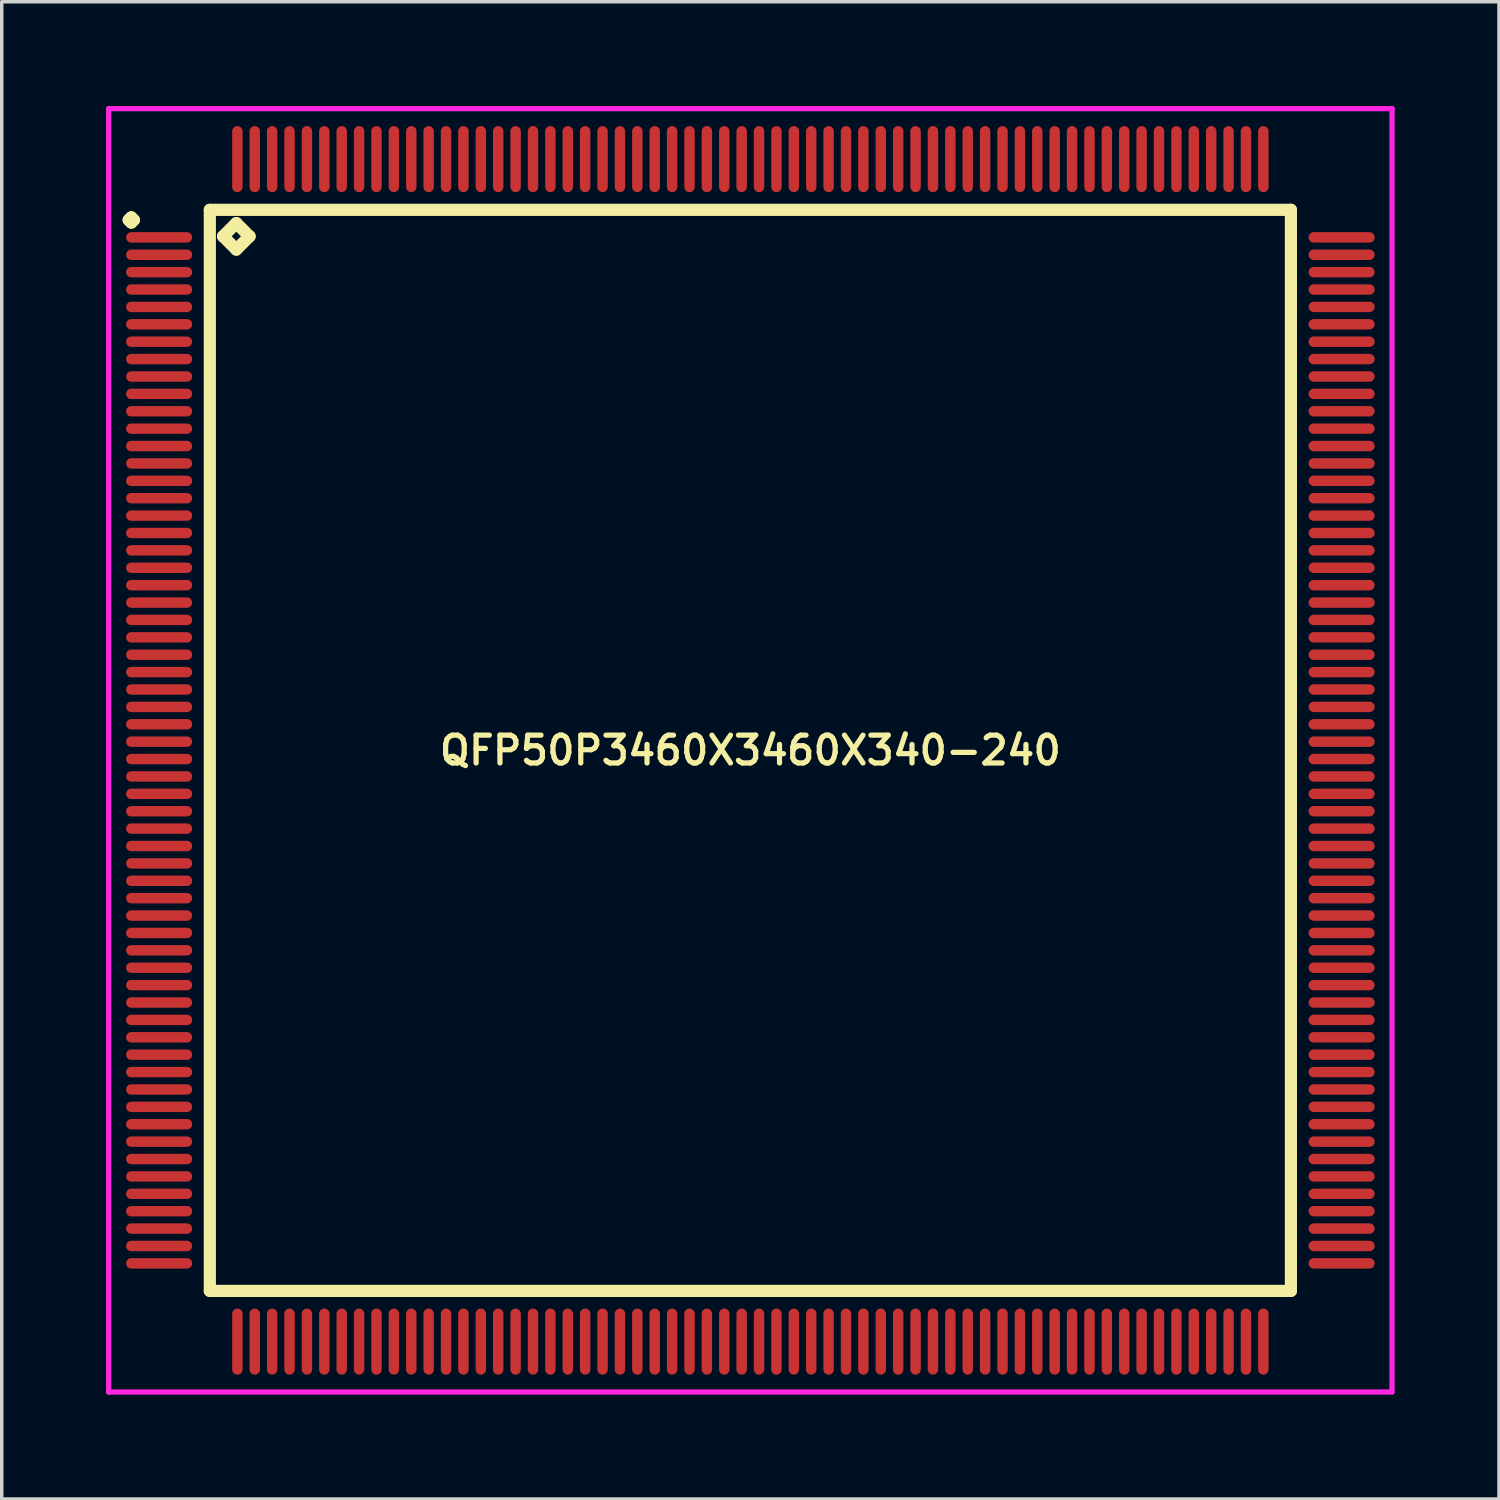
<source format=kicad_pcb>
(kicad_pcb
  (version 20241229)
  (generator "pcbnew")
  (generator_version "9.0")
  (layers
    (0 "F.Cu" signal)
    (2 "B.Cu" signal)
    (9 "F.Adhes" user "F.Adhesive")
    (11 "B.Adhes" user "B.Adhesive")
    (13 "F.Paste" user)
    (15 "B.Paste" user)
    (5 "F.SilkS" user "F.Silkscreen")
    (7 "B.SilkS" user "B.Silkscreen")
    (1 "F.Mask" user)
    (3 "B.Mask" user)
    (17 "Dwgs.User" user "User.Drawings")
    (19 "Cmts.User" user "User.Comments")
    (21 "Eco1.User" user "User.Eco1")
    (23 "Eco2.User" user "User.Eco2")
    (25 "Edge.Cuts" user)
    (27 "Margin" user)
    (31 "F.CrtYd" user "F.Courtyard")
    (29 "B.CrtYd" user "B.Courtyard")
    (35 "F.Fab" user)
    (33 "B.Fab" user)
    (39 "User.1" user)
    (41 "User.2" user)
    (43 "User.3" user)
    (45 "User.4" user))
  (footprint "QFP50P3460X3460X340-240"
    (layer "F.Cu")
    (at 18.525 18.525)
    (property "Reference" "QFP50P3460X3460X340-240" (at 0 0 0) (layer "F.SilkS") (effects (font (size 0.8 0.8) (thickness 0.15))))
    (attr smd)
    (fp_line (start -17.875 -15.25) (end -17.8 -15.325) (stroke (width 0.35) (type solid)) (layer "F.SilkS"))
    (fp_line (start -17.8 -15.325) (end -17.725 -15.25) (stroke (width 0.35) (type solid)) (layer "F.SilkS"))
    (fp_line (start -17.8 -15.175) (end -17.875 -15.25) (stroke (width 0.35) (type solid)) (layer "F.SilkS"))
    (fp_line (start -17.725 -15.25) (end -17.8 -15.175) (stroke (width 0.35) (type solid)) (layer "F.SilkS"))
    (fp_line (start -15.542 -15.542) (end -15.542 15.542) (stroke (width 0.35) (type solid)) (layer "F.SilkS"))
    (fp_line (start -15.542 15.542) (end 15.542 15.542) (stroke (width 0.35) (type solid)) (layer "F.SilkS"))
    (fp_line (start -15.161 -14.78) (end -14.78 -15.161) (stroke (width 0.35) (type solid)) (layer "F.SilkS"))
    (fp_line (start -14.78 -15.161) (end -14.399 -14.78) (stroke (width 0.35) (type solid)) (layer "F.SilkS"))
    (fp_line (start -14.78 -14.399) (end -15.161 -14.78) (stroke (width 0.35) (type solid)) (layer "F.SilkS"))
    (fp_line (start -14.399 -14.78) (end -14.78 -14.399) (stroke (width 0.35) (type solid)) (layer "F.SilkS"))
    (fp_line (start 15.542 -15.542) (end -15.542 -15.542) (stroke (width 0.35) (type solid)) (layer "F.SilkS"))
    (fp_line (start 15.542 15.542) (end 15.542 -15.542) (stroke (width 0.35) (type solid)) (layer "F.SilkS"))
    (fp_line (start -18.45 -18.45) (end 18.45 -18.45) (stroke (width 0.15) (type solid)) (layer "F.CrtYd"))
    (fp_line (start -18.45 18.45) (end -18.45 -18.45) (stroke (width 0.15) (type solid)) (layer "F.CrtYd"))
    (fp_line (start 18.45 -18.45) (end 18.45 18.45) (stroke (width 0.15) (type solid)) (layer "F.CrtYd"))
    (fp_line (start 18.45 18.45) (end -18.45 18.45) (stroke (width 0.15) (type solid)) (layer "F.CrtYd"))
    (pad "1" smd oval (at -17 -14.75) (size 1.9 0.3) (layers "F.Cu" "F.Mask" "F.Paste"))
    (pad "2" smd oval (at -17 -14.25) (size 1.9 0.3) (layers "F.Cu" "F.Mask" "F.Paste"))
    (pad "3" smd oval (at -17 -13.75) (size 1.9 0.3) (layers "F.Cu" "F.Mask" "F.Paste"))
    (pad "4" smd oval (at -17 -13.25) (size 1.9 0.3) (layers "F.Cu" "F.Mask" "F.Paste"))
    (pad "5" smd oval (at -17 -12.75) (size 1.9 0.3) (layers "F.Cu" "F.Mask" "F.Paste"))
    (pad "6" smd oval (at -17 -12.25) (size 1.9 0.3) (layers "F.Cu" "F.Mask" "F.Paste"))
    (pad "7" smd oval (at -17 -11.75) (size 1.9 0.3) (layers "F.Cu" "F.Mask" "F.Paste"))
    (pad "8" smd oval (at -17 -11.25) (size 1.9 0.3) (layers "F.Cu" "F.Mask" "F.Paste"))
    (pad "9" smd oval (at -17 -10.75) (size 1.9 0.3) (layers "F.Cu" "F.Mask" "F.Paste"))
    (pad "10" smd oval (at -17 -10.25) (size 1.9 0.3) (layers "F.Cu" "F.Mask" "F.Paste"))
    (pad "11" smd oval (at -17 -9.75) (size 1.9 0.3) (layers "F.Cu" "F.Mask" "F.Paste"))
    (pad "12" smd oval (at -17 -9.25) (size 1.9 0.3) (layers "F.Cu" "F.Mask" "F.Paste"))
    (pad "13" smd oval (at -17 -8.75) (size 1.9 0.3) (layers "F.Cu" "F.Mask" "F.Paste"))
    (pad "14" smd oval (at -17 -8.25) (size 1.9 0.3) (layers "F.Cu" "F.Mask" "F.Paste"))
    (pad "15" smd oval (at -17 -7.75) (size 1.9 0.3) (layers "F.Cu" "F.Mask" "F.Paste"))
    (pad "16" smd oval (at -17 -7.25) (size 1.9 0.3) (layers "F.Cu" "F.Mask" "F.Paste"))
    (pad "17" smd oval (at -17 -6.75) (size 1.9 0.3) (layers "F.Cu" "F.Mask" "F.Paste"))
    (pad "18" smd oval (at -17 -6.25) (size 1.9 0.3) (layers "F.Cu" "F.Mask" "F.Paste"))
    (pad "19" smd oval (at -17 -5.75) (size 1.9 0.3) (layers "F.Cu" "F.Mask" "F.Paste"))
    (pad "20" smd oval (at -17 -5.25) (size 1.9 0.3) (layers "F.Cu" "F.Mask" "F.Paste"))
    (pad "21" smd oval (at -17 -4.75) (size 1.9 0.3) (layers "F.Cu" "F.Mask" "F.Paste"))
    (pad "22" smd oval (at -17 -4.25) (size 1.9 0.3) (layers "F.Cu" "F.Mask" "F.Paste"))
    (pad "23" smd oval (at -17 -3.75) (size 1.9 0.3) (layers "F.Cu" "F.Mask" "F.Paste"))
    (pad "24" smd oval (at -17 -3.25) (size 1.9 0.3) (layers "F.Cu" "F.Mask" "F.Paste"))
    (pad "25" smd oval (at -17 -2.75) (size 1.9 0.3) (layers "F.Cu" "F.Mask" "F.Paste"))
    (pad "26" smd oval (at -17 -2.25) (size 1.9 0.3) (layers "F.Cu" "F.Mask" "F.Paste"))
    (pad "27" smd oval (at -17 -1.75) (size 1.9 0.3) (layers "F.Cu" "F.Mask" "F.Paste"))
    (pad "28" smd oval (at -17 -1.25) (size 1.9 0.3) (layers "F.Cu" "F.Mask" "F.Paste"))
    (pad "29" smd oval (at -17 -0.75) (size 1.9 0.3) (layers "F.Cu" "F.Mask" "F.Paste"))
    (pad "30" smd oval (at -17 -0.25) (size 1.9 0.3) (layers "F.Cu" "F.Mask" "F.Paste"))
    (pad "31" smd oval (at -17 0.25) (size 1.9 0.3) (layers "F.Cu" "F.Mask" "F.Paste"))
    (pad "32" smd oval (at -17 0.75) (size 1.9 0.3) (layers "F.Cu" "F.Mask" "F.Paste"))
    (pad "33" smd oval (at -17 1.25) (size 1.9 0.3) (layers "F.Cu" "F.Mask" "F.Paste"))
    (pad "34" smd oval (at -17 1.75) (size 1.9 0.3) (layers "F.Cu" "F.Mask" "F.Paste"))
    (pad "35" smd oval (at -17 2.25) (size 1.9 0.3) (layers "F.Cu" "F.Mask" "F.Paste"))
    (pad "36" smd oval (at -17 2.75) (size 1.9 0.3) (layers "F.Cu" "F.Mask" "F.Paste"))
    (pad "37" smd oval (at -17 3.25) (size 1.9 0.3) (layers "F.Cu" "F.Mask" "F.Paste"))
    (pad "38" smd oval (at -17 3.75) (size 1.9 0.3) (layers "F.Cu" "F.Mask" "F.Paste"))
    (pad "39" smd oval (at -17 4.25) (size 1.9 0.3) (layers "F.Cu" "F.Mask" "F.Paste"))
    (pad "40" smd oval (at -17 4.75) (size 1.9 0.3) (layers "F.Cu" "F.Mask" "F.Paste"))
    (pad "41" smd oval (at -17 5.25) (size 1.9 0.3) (layers "F.Cu" "F.Mask" "F.Paste"))
    (pad "42" smd oval (at -17 5.75) (size 1.9 0.3) (layers "F.Cu" "F.Mask" "F.Paste"))
    (pad "43" smd oval (at -17 6.25) (size 1.9 0.3) (layers "F.Cu" "F.Mask" "F.Paste"))
    (pad "44" smd oval (at -17 6.75) (size 1.9 0.3) (layers "F.Cu" "F.Mask" "F.Paste"))
    (pad "45" smd oval (at -17 7.25) (size 1.9 0.3) (layers "F.Cu" "F.Mask" "F.Paste"))
    (pad "46" smd oval (at -17 7.75) (size 1.9 0.3) (layers "F.Cu" "F.Mask" "F.Paste"))
    (pad "47" smd oval (at -17 8.25) (size 1.9 0.3) (layers "F.Cu" "F.Mask" "F.Paste"))
    (pad "48" smd oval (at -17 8.75) (size 1.9 0.3) (layers "F.Cu" "F.Mask" "F.Paste"))
    (pad "49" smd oval (at -17 9.25) (size 1.9 0.3) (layers "F.Cu" "F.Mask" "F.Paste"))
    (pad "50" smd oval (at -17 9.75) (size 1.9 0.3) (layers "F.Cu" "F.Mask" "F.Paste"))
    (pad "51" smd oval (at -17 10.25) (size 1.9 0.3) (layers "F.Cu" "F.Mask" "F.Paste"))
    (pad "52" smd oval (at -17 10.75) (size 1.9 0.3) (layers "F.Cu" "F.Mask" "F.Paste"))
    (pad "53" smd oval (at -17 11.25) (size 1.9 0.3) (layers "F.Cu" "F.Mask" "F.Paste"))
    (pad "54" smd oval (at -17 11.75) (size 1.9 0.3) (layers "F.Cu" "F.Mask" "F.Paste"))
    (pad "55" smd oval (at -17 12.25) (size 1.9 0.3) (layers "F.Cu" "F.Mask" "F.Paste"))
    (pad "56" smd oval (at -17 12.75) (size 1.9 0.3) (layers "F.Cu" "F.Mask" "F.Paste"))
    (pad "57" smd oval (at -17 13.25) (size 1.9 0.3) (layers "F.Cu" "F.Mask" "F.Paste"))
    (pad "58" smd oval (at -17 13.75) (size 1.9 0.3) (layers "F.Cu" "F.Mask" "F.Paste"))
    (pad "59" smd oval (at -17 14.25) (size 1.9 0.3) (layers "F.Cu" "F.Mask" "F.Paste"))
    (pad "60" smd oval (at -17 14.75) (size 1.9 0.3) (layers "F.Cu" "F.Mask" "F.Paste"))
    (pad "61" smd oval (at -14.75 17) (size 0.3 1.9) (layers "F.Cu" "F.Mask" "F.Paste"))
    (pad "62" smd oval (at -14.25 17) (size 0.3 1.9) (layers "F.Cu" "F.Mask" "F.Paste"))
    (pad "63" smd oval (at -13.75 17) (size 0.3 1.9) (layers "F.Cu" "F.Mask" "F.Paste"))
    (pad "64" smd oval (at -13.25 17) (size 0.3 1.9) (layers "F.Cu" "F.Mask" "F.Paste"))
    (pad "65" smd oval (at -12.75 17) (size 0.3 1.9) (layers "F.Cu" "F.Mask" "F.Paste"))
    (pad "66" smd oval (at -12.25 17) (size 0.3 1.9) (layers "F.Cu" "F.Mask" "F.Paste"))
    (pad "67" smd oval (at -11.75 17) (size 0.3 1.9) (layers "F.Cu" "F.Mask" "F.Paste"))
    (pad "68" smd oval (at -11.25 17) (size 0.3 1.9) (layers "F.Cu" "F.Mask" "F.Paste"))
    (pad "69" smd oval (at -10.75 17) (size 0.3 1.9) (layers "F.Cu" "F.Mask" "F.Paste"))
    (pad "70" smd oval (at -10.25 17) (size 0.3 1.9) (layers "F.Cu" "F.Mask" "F.Paste"))
    (pad "71" smd oval (at -9.75 17) (size 0.3 1.9) (layers "F.Cu" "F.Mask" "F.Paste"))
    (pad "72" smd oval (at -9.25 17) (size 0.3 1.9) (layers "F.Cu" "F.Mask" "F.Paste"))
    (pad "73" smd oval (at -8.75 17) (size 0.3 1.9) (layers "F.Cu" "F.Mask" "F.Paste"))
    (pad "74" smd oval (at -8.25 17) (size 0.3 1.9) (layers "F.Cu" "F.Mask" "F.Paste"))
    (pad "75" smd oval (at -7.75 17) (size 0.3 1.9) (layers "F.Cu" "F.Mask" "F.Paste"))
    (pad "76" smd oval (at -7.25 17) (size 0.3 1.9) (layers "F.Cu" "F.Mask" "F.Paste"))
    (pad "77" smd oval (at -6.75 17) (size 0.3 1.9) (layers "F.Cu" "F.Mask" "F.Paste"))
    (pad "78" smd oval (at -6.25 17) (size 0.3 1.9) (layers "F.Cu" "F.Mask" "F.Paste"))
    (pad "79" smd oval (at -5.75 17) (size 0.3 1.9) (layers "F.Cu" "F.Mask" "F.Paste"))
    (pad "80" smd oval (at -5.25 17) (size 0.3 1.9) (layers "F.Cu" "F.Mask" "F.Paste"))
    (pad "81" smd oval (at -4.75 17) (size 0.3 1.9) (layers "F.Cu" "F.Mask" "F.Paste"))
    (pad "82" smd oval (at -4.25 17) (size 0.3 1.9) (layers "F.Cu" "F.Mask" "F.Paste"))
    (pad "83" smd oval (at -3.75 17) (size 0.3 1.9) (layers "F.Cu" "F.Mask" "F.Paste"))
    (pad "84" smd oval (at -3.25 17) (size 0.3 1.9) (layers "F.Cu" "F.Mask" "F.Paste"))
    (pad "85" smd oval (at -2.75 17) (size 0.3 1.9) (layers "F.Cu" "F.Mask" "F.Paste"))
    (pad "86" smd oval (at -2.25 17) (size 0.3 1.9) (layers "F.Cu" "F.Mask" "F.Paste"))
    (pad "87" smd oval (at -1.75 17) (size 0.3 1.9) (layers "F.Cu" "F.Mask" "F.Paste"))
    (pad "88" smd oval (at -1.25 17) (size 0.3 1.9) (layers "F.Cu" "F.Mask" "F.Paste"))
    (pad "89" smd oval (at -0.75 17) (size 0.3 1.9) (layers "F.Cu" "F.Mask" "F.Paste"))
    (pad "90" smd oval (at -0.25 17) (size 0.3 1.9) (layers "F.Cu" "F.Mask" "F.Paste"))
    (pad "91" smd oval (at 0.25 17) (size 0.3 1.9) (layers "F.Cu" "F.Mask" "F.Paste"))
    (pad "92" smd oval (at 0.75 17) (size 0.3 1.9) (layers "F.Cu" "F.Mask" "F.Paste"))
    (pad "93" smd oval (at 1.25 17) (size 0.3 1.9) (layers "F.Cu" "F.Mask" "F.Paste"))
    (pad "94" smd oval (at 1.75 17) (size 0.3 1.9) (layers "F.Cu" "F.Mask" "F.Paste"))
    (pad "95" smd oval (at 2.25 17) (size 0.3 1.9) (layers "F.Cu" "F.Mask" "F.Paste"))
    (pad "96" smd oval (at 2.75 17) (size 0.3 1.9) (layers "F.Cu" "F.Mask" "F.Paste"))
    (pad "97" smd oval (at 3.25 17) (size 0.3 1.9) (layers "F.Cu" "F.Mask" "F.Paste"))
    (pad "98" smd oval (at 3.75 17) (size 0.3 1.9) (layers "F.Cu" "F.Mask" "F.Paste"))
    (pad "99" smd oval (at 4.25 17) (size 0.3 1.9) (layers "F.Cu" "F.Mask" "F.Paste"))
    (pad "100" smd oval (at 4.75 17) (size 0.3 1.9) (layers "F.Cu" "F.Mask" "F.Paste"))
    (pad "101" smd oval (at 5.25 17) (size 0.3 1.9) (layers "F.Cu" "F.Mask" "F.Paste"))
    (pad "102" smd oval (at 5.75 17) (size 0.3 1.9) (layers "F.Cu" "F.Mask" "F.Paste"))
    (pad "103" smd oval (at 6.25 17) (size 0.3 1.9) (layers "F.Cu" "F.Mask" "F.Paste"))
    (pad "104" smd oval (at 6.75 17) (size 0.3 1.9) (layers "F.Cu" "F.Mask" "F.Paste"))
    (pad "105" smd oval (at 7.25 17) (size 0.3 1.9) (layers "F.Cu" "F.Mask" "F.Paste"))
    (pad "106" smd oval (at 7.75 17) (size 0.3 1.9) (layers "F.Cu" "F.Mask" "F.Paste"))
    (pad "107" smd oval (at 8.25 17) (size 0.3 1.9) (layers "F.Cu" "F.Mask" "F.Paste"))
    (pad "108" smd oval (at 8.75 17) (size 0.3 1.9) (layers "F.Cu" "F.Mask" "F.Paste"))
    (pad "109" smd oval (at 9.25 17) (size 0.3 1.9) (layers "F.Cu" "F.Mask" "F.Paste"))
    (pad "110" smd oval (at 9.75 17) (size 0.3 1.9) (layers "F.Cu" "F.Mask" "F.Paste"))
    (pad "111" smd oval (at 10.25 17) (size 0.3 1.9) (layers "F.Cu" "F.Mask" "F.Paste"))
    (pad "112" smd oval (at 10.75 17) (size 0.3 1.9) (layers "F.Cu" "F.Mask" "F.Paste"))
    (pad "113" smd oval (at 11.25 17) (size 0.3 1.9) (layers "F.Cu" "F.Mask" "F.Paste"))
    (pad "114" smd oval (at 11.75 17) (size 0.3 1.9) (layers "F.Cu" "F.Mask" "F.Paste"))
    (pad "115" smd oval (at 12.25 17) (size 0.3 1.9) (layers "F.Cu" "F.Mask" "F.Paste"))
    (pad "116" smd oval (at 12.75 17) (size 0.3 1.9) (layers "F.Cu" "F.Mask" "F.Paste"))
    (pad "117" smd oval (at 13.25 17) (size 0.3 1.9) (layers "F.Cu" "F.Mask" "F.Paste"))
    (pad "118" smd oval (at 13.75 17) (size 0.3 1.9) (layers "F.Cu" "F.Mask" "F.Paste"))
    (pad "119" smd oval (at 14.25 17) (size 0.3 1.9) (layers "F.Cu" "F.Mask" "F.Paste"))
    (pad "120" smd oval (at 14.75 17) (size 0.3 1.9) (layers "F.Cu" "F.Mask" "F.Paste"))
    (pad "121" smd oval (at 17 14.75) (size 1.9 0.3) (layers "F.Cu" "F.Mask" "F.Paste"))
    (pad "122" smd oval (at 17 14.25) (size 1.9 0.3) (layers "F.Cu" "F.Mask" "F.Paste"))
    (pad "123" smd oval (at 17 13.75) (size 1.9 0.3) (layers "F.Cu" "F.Mask" "F.Paste"))
    (pad "124" smd oval (at 17 13.25) (size 1.9 0.3) (layers "F.Cu" "F.Mask" "F.Paste"))
    (pad "125" smd oval (at 17 12.75) (size 1.9 0.3) (layers "F.Cu" "F.Mask" "F.Paste"))
    (pad "126" smd oval (at 17 12.25) (size 1.9 0.3) (layers "F.Cu" "F.Mask" "F.Paste"))
    (pad "127" smd oval (at 17 11.75) (size 1.9 0.3) (layers "F.Cu" "F.Mask" "F.Paste"))
    (pad "128" smd oval (at 17 11.25) (size 1.9 0.3) (layers "F.Cu" "F.Mask" "F.Paste"))
    (pad "129" smd oval (at 17 10.75) (size 1.9 0.3) (layers "F.Cu" "F.Mask" "F.Paste"))
    (pad "130" smd oval (at 17 10.25) (size 1.9 0.3) (layers "F.Cu" "F.Mask" "F.Paste"))
    (pad "131" smd oval (at 17 9.75) (size 1.9 0.3) (layers "F.Cu" "F.Mask" "F.Paste"))
    (pad "132" smd oval (at 17 9.25) (size 1.9 0.3) (layers "F.Cu" "F.Mask" "F.Paste"))
    (pad "133" smd oval (at 17 8.75) (size 1.9 0.3) (layers "F.Cu" "F.Mask" "F.Paste"))
    (pad "134" smd oval (at 17 8.25) (size 1.9 0.3) (layers "F.Cu" "F.Mask" "F.Paste"))
    (pad "135" smd oval (at 17 7.75) (size 1.9 0.3) (layers "F.Cu" "F.Mask" "F.Paste"))
    (pad "136" smd oval (at 17 7.25) (size 1.9 0.3) (layers "F.Cu" "F.Mask" "F.Paste"))
    (pad "137" smd oval (at 17 6.75) (size 1.9 0.3) (layers "F.Cu" "F.Mask" "F.Paste"))
    (pad "138" smd oval (at 17 6.25) (size 1.9 0.3) (layers "F.Cu" "F.Mask" "F.Paste"))
    (pad "139" smd oval (at 17 5.75) (size 1.9 0.3) (layers "F.Cu" "F.Mask" "F.Paste"))
    (pad "140" smd oval (at 17 5.25) (size 1.9 0.3) (layers "F.Cu" "F.Mask" "F.Paste"))
    (pad "141" smd oval (at 17 4.75) (size 1.9 0.3) (layers "F.Cu" "F.Mask" "F.Paste"))
    (pad "142" smd oval (at 17 4.25) (size 1.9 0.3) (layers "F.Cu" "F.Mask" "F.Paste"))
    (pad "143" smd oval (at 17 3.75) (size 1.9 0.3) (layers "F.Cu" "F.Mask" "F.Paste"))
    (pad "144" smd oval (at 17 3.25) (size 1.9 0.3) (layers "F.Cu" "F.Mask" "F.Paste"))
    (pad "145" smd oval (at 17 2.75) (size 1.9 0.3) (layers "F.Cu" "F.Mask" "F.Paste"))
    (pad "146" smd oval (at 17 2.25) (size 1.9 0.3) (layers "F.Cu" "F.Mask" "F.Paste"))
    (pad "147" smd oval (at 17 1.75) (size 1.9 0.3) (layers "F.Cu" "F.Mask" "F.Paste"))
    (pad "148" smd oval (at 17 1.25) (size 1.9 0.3) (layers "F.Cu" "F.Mask" "F.Paste"))
    (pad "149" smd oval (at 17 0.75) (size 1.9 0.3) (layers "F.Cu" "F.Mask" "F.Paste"))
    (pad "150" smd oval (at 17 0.25) (size 1.9 0.3) (layers "F.Cu" "F.Mask" "F.Paste"))
    (pad "151" smd oval (at 17 -0.25) (size 1.9 0.3) (layers "F.Cu" "F.Mask" "F.Paste"))
    (pad "152" smd oval (at 17 -0.75) (size 1.9 0.3) (layers "F.Cu" "F.Mask" "F.Paste"))
    (pad "153" smd oval (at 17 -1.25) (size 1.9 0.3) (layers "F.Cu" "F.Mask" "F.Paste"))
    (pad "154" smd oval (at 17 -1.75) (size 1.9 0.3) (layers "F.Cu" "F.Mask" "F.Paste"))
    (pad "155" smd oval (at 17 -2.25) (size 1.9 0.3) (layers "F.Cu" "F.Mask" "F.Paste"))
    (pad "156" smd oval (at 17 -2.75) (size 1.9 0.3) (layers "F.Cu" "F.Mask" "F.Paste"))
    (pad "157" smd oval (at 17 -3.25) (size 1.9 0.3) (layers "F.Cu" "F.Mask" "F.Paste"))
    (pad "158" smd oval (at 17 -3.75) (size 1.9 0.3) (layers "F.Cu" "F.Mask" "F.Paste"))
    (pad "159" smd oval (at 17 -4.25) (size 1.9 0.3) (layers "F.Cu" "F.Mask" "F.Paste"))
    (pad "160" smd oval (at 17 -4.75) (size 1.9 0.3) (layers "F.Cu" "F.Mask" "F.Paste"))
    (pad "161" smd oval (at 17 -5.25) (size 1.9 0.3) (layers "F.Cu" "F.Mask" "F.Paste"))
    (pad "162" smd oval (at 17 -5.75) (size 1.9 0.3) (layers "F.Cu" "F.Mask" "F.Paste"))
    (pad "163" smd oval (at 17 -6.25) (size 1.9 0.3) (layers "F.Cu" "F.Mask" "F.Paste"))
    (pad "164" smd oval (at 17 -6.75) (size 1.9 0.3) (layers "F.Cu" "F.Mask" "F.Paste"))
    (pad "165" smd oval (at 17 -7.25) (size 1.9 0.3) (layers "F.Cu" "F.Mask" "F.Paste"))
    (pad "166" smd oval (at 17 -7.75) (size 1.9 0.3) (layers "F.Cu" "F.Mask" "F.Paste"))
    (pad "167" smd oval (at 17 -8.25) (size 1.9 0.3) (layers "F.Cu" "F.Mask" "F.Paste"))
    (pad "168" smd oval (at 17 -8.75) (size 1.9 0.3) (layers "F.Cu" "F.Mask" "F.Paste"))
    (pad "169" smd oval (at 17 -9.25) (size 1.9 0.3) (layers "F.Cu" "F.Mask" "F.Paste"))
    (pad "170" smd oval (at 17 -9.75) (size 1.9 0.3) (layers "F.Cu" "F.Mask" "F.Paste"))
    (pad "171" smd oval (at 17 -10.25) (size 1.9 0.3) (layers "F.Cu" "F.Mask" "F.Paste"))
    (pad "172" smd oval (at 17 -10.75) (size 1.9 0.3) (layers "F.Cu" "F.Mask" "F.Paste"))
    (pad "173" smd oval (at 17 -11.25) (size 1.9 0.3) (layers "F.Cu" "F.Mask" "F.Paste"))
    (pad "174" smd oval (at 17 -11.75) (size 1.9 0.3) (layers "F.Cu" "F.Mask" "F.Paste"))
    (pad "175" smd oval (at 17 -12.25) (size 1.9 0.3) (layers "F.Cu" "F.Mask" "F.Paste"))
    (pad "176" smd oval (at 17 -12.75) (size 1.9 0.3) (layers "F.Cu" "F.Mask" "F.Paste"))
    (pad "177" smd oval (at 17 -13.25) (size 1.9 0.3) (layers "F.Cu" "F.Mask" "F.Paste"))
    (pad "178" smd oval (at 17 -13.75) (size 1.9 0.3) (layers "F.Cu" "F.Mask" "F.Paste"))
    (pad "179" smd oval (at 17 -14.25) (size 1.9 0.3) (layers "F.Cu" "F.Mask" "F.Paste"))
    (pad "180" smd oval (at 17 -14.75) (size 1.9 0.3) (layers "F.Cu" "F.Mask" "F.Paste"))
    (pad "181" smd oval (at 14.75 -17) (size 0.3 1.9) (layers "F.Cu" "F.Mask" "F.Paste"))
    (pad "182" smd oval (at 14.25 -17) (size 0.3 1.9) (layers "F.Cu" "F.Mask" "F.Paste"))
    (pad "183" smd oval (at 13.75 -17) (size 0.3 1.9) (layers "F.Cu" "F.Mask" "F.Paste"))
    (pad "184" smd oval (at 13.25 -17) (size 0.3 1.9) (layers "F.Cu" "F.Mask" "F.Paste"))
    (pad "185" smd oval (at 12.75 -17) (size 0.3 1.9) (layers "F.Cu" "F.Mask" "F.Paste"))
    (pad "186" smd oval (at 12.25 -17) (size 0.3 1.9) (layers "F.Cu" "F.Mask" "F.Paste"))
    (pad "187" smd oval (at 11.75 -17) (size 0.3 1.9) (layers "F.Cu" "F.Mask" "F.Paste"))
    (pad "188" smd oval (at 11.25 -17) (size 0.3 1.9) (layers "F.Cu" "F.Mask" "F.Paste"))
    (pad "189" smd oval (at 10.75 -17) (size 0.3 1.9) (layers "F.Cu" "F.Mask" "F.Paste"))
    (pad "190" smd oval (at 10.25 -17) (size 0.3 1.9) (layers "F.Cu" "F.Mask" "F.Paste"))
    (pad "191" smd oval (at 9.75 -17) (size 0.3 1.9) (layers "F.Cu" "F.Mask" "F.Paste"))
    (pad "192" smd oval (at 9.25 -17) (size 0.3 1.9) (layers "F.Cu" "F.Mask" "F.Paste"))
    (pad "193" smd oval (at 8.75 -17) (size 0.3 1.9) (layers "F.Cu" "F.Mask" "F.Paste"))
    (pad "194" smd oval (at 8.25 -17) (size 0.3 1.9) (layers "F.Cu" "F.Mask" "F.Paste"))
    (pad "195" smd oval (at 7.75 -17) (size 0.3 1.9) (layers "F.Cu" "F.Mask" "F.Paste"))
    (pad "196" smd oval (at 7.25 -17) (size 0.3 1.9) (layers "F.Cu" "F.Mask" "F.Paste"))
    (pad "197" smd oval (at 6.75 -17) (size 0.3 1.9) (layers "F.Cu" "F.Mask" "F.Paste"))
    (pad "198" smd oval (at 6.25 -17) (size 0.3 1.9) (layers "F.Cu" "F.Mask" "F.Paste"))
    (pad "199" smd oval (at 5.75 -17) (size 0.3 1.9) (layers "F.Cu" "F.Mask" "F.Paste"))
    (pad "200" smd oval (at 5.25 -17) (size 0.3 1.9) (layers "F.Cu" "F.Mask" "F.Paste"))
    (pad "201" smd oval (at 4.75 -17) (size 0.3 1.9) (layers "F.Cu" "F.Mask" "F.Paste"))
    (pad "202" smd oval (at 4.25 -17) (size 0.3 1.9) (layers "F.Cu" "F.Mask" "F.Paste"))
    (pad "203" smd oval (at 3.75 -17) (size 0.3 1.9) (layers "F.Cu" "F.Mask" "F.Paste"))
    (pad "204" smd oval (at 3.25 -17) (size 0.3 1.9) (layers "F.Cu" "F.Mask" "F.Paste"))
    (pad "205" smd oval (at 2.75 -17) (size 0.3 1.9) (layers "F.Cu" "F.Mask" "F.Paste"))
    (pad "206" smd oval (at 2.25 -17) (size 0.3 1.9) (layers "F.Cu" "F.Mask" "F.Paste"))
    (pad "207" smd oval (at 1.75 -17) (size 0.3 1.9) (layers "F.Cu" "F.Mask" "F.Paste"))
    (pad "208" smd oval (at 1.25 -17) (size 0.3 1.9) (layers "F.Cu" "F.Mask" "F.Paste"))
    (pad "209" smd oval (at 0.75 -17) (size 0.3 1.9) (layers "F.Cu" "F.Mask" "F.Paste"))
    (pad "210" smd oval (at 0.25 -17) (size 0.3 1.9) (layers "F.Cu" "F.Mask" "F.Paste"))
    (pad "211" smd oval (at -0.25 -17) (size 0.3 1.9) (layers "F.Cu" "F.Mask" "F.Paste"))
    (pad "212" smd oval (at -0.75 -17) (size 0.3 1.9) (layers "F.Cu" "F.Mask" "F.Paste"))
    (pad "213" smd oval (at -1.25 -17) (size 0.3 1.9) (layers "F.Cu" "F.Mask" "F.Paste"))
    (pad "214" smd oval (at -1.75 -17) (size 0.3 1.9) (layers "F.Cu" "F.Mask" "F.Paste"))
    (pad "215" smd oval (at -2.25 -17) (size 0.3 1.9) (layers "F.Cu" "F.Mask" "F.Paste"))
    (pad "216" smd oval (at -2.75 -17) (size 0.3 1.9) (layers "F.Cu" "F.Mask" "F.Paste"))
    (pad "217" smd oval (at -3.25 -17) (size 0.3 1.9) (layers "F.Cu" "F.Mask" "F.Paste"))
    (pad "218" smd oval (at -3.75 -17) (size 0.3 1.9) (layers "F.Cu" "F.Mask" "F.Paste"))
    (pad "219" smd oval (at -4.25 -17) (size 0.3 1.9) (layers "F.Cu" "F.Mask" "F.Paste"))
    (pad "220" smd oval (at -4.75 -17) (size 0.3 1.9) (layers "F.Cu" "F.Mask" "F.Paste"))
    (pad "221" smd oval (at -5.25 -17) (size 0.3 1.9) (layers "F.Cu" "F.Mask" "F.Paste"))
    (pad "222" smd oval (at -5.75 -17) (size 0.3 1.9) (layers "F.Cu" "F.Mask" "F.Paste"))
    (pad "223" smd oval (at -6.25 -17) (size 0.3 1.9) (layers "F.Cu" "F.Mask" "F.Paste"))
    (pad "224" smd oval (at -6.75 -17) (size 0.3 1.9) (layers "F.Cu" "F.Mask" "F.Paste"))
    (pad "225" smd oval (at -7.25 -17) (size 0.3 1.9) (layers "F.Cu" "F.Mask" "F.Paste"))
    (pad "226" smd oval (at -7.75 -17) (size 0.3 1.9) (layers "F.Cu" "F.Mask" "F.Paste"))
    (pad "227" smd oval (at -8.25 -17) (size 0.3 1.9) (layers "F.Cu" "F.Mask" "F.Paste"))
    (pad "228" smd oval (at -8.75 -17) (size 0.3 1.9) (layers "F.Cu" "F.Mask" "F.Paste"))
    (pad "229" smd oval (at -9.25 -17) (size 0.3 1.9) (layers "F.Cu" "F.Mask" "F.Paste"))
    (pad "230" smd oval (at -9.75 -17) (size 0.3 1.9) (layers "F.Cu" "F.Mask" "F.Paste"))
    (pad "231" smd oval (at -10.25 -17) (size 0.3 1.9) (layers "F.Cu" "F.Mask" "F.Paste"))
    (pad "232" smd oval (at -10.75 -17) (size 0.3 1.9) (layers "F.Cu" "F.Mask" "F.Paste"))
    (pad "233" smd oval (at -11.25 -17) (size 0.3 1.9) (layers "F.Cu" "F.Mask" "F.Paste"))
    (pad "234" smd oval (at -11.75 -17) (size 0.3 1.9) (layers "F.Cu" "F.Mask" "F.Paste"))
    (pad "235" smd oval (at -12.25 -17) (size 0.3 1.9) (layers "F.Cu" "F.Mask" "F.Paste"))
    (pad "236" smd oval (at -12.75 -17) (size 0.3 1.9) (layers "F.Cu" "F.Mask" "F.Paste"))
    (pad "237" smd oval (at -13.25 -17) (size 0.3 1.9) (layers "F.Cu" "F.Mask" "F.Paste"))
    (pad "238" smd oval (at -13.75 -17) (size 0.3 1.9) (layers "F.Cu" "F.Mask" "F.Paste"))
    (pad "239" smd oval (at -14.25 -17) (size 0.3 1.9) (layers "F.Cu" "F.Mask" "F.Paste"))
    (pad "240" smd oval (at -14.75 -17) (size 0.3 1.9) (layers "F.Cu" "F.Mask" "F.Paste")))
  (gr_rect
    (start -3 -3)
    (end 40.05 40.05)
    (stroke (width 0.1) (type default))
    (fill no)
    (layer "Edge.Cuts")))
</source>
